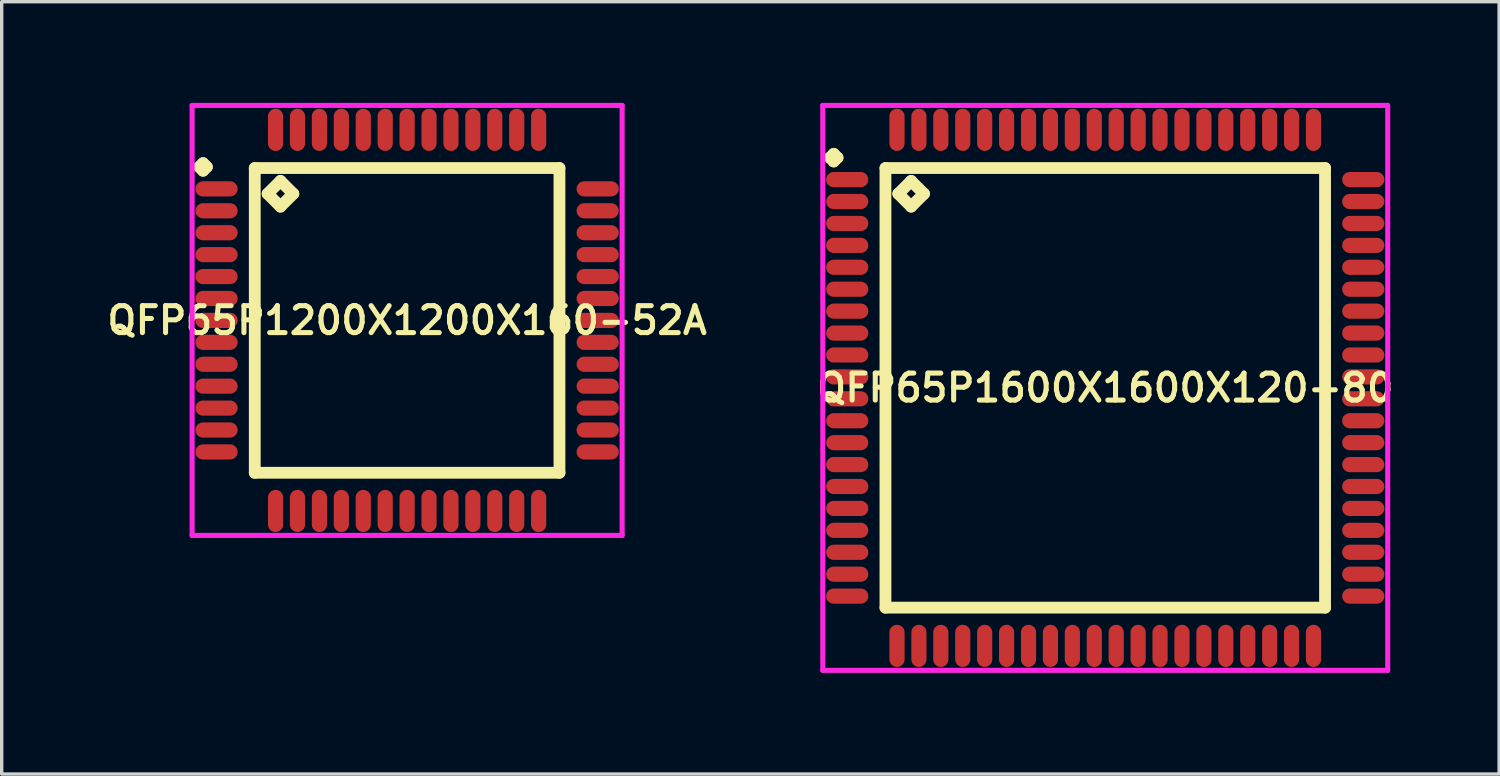
<source format=kicad_pcb>
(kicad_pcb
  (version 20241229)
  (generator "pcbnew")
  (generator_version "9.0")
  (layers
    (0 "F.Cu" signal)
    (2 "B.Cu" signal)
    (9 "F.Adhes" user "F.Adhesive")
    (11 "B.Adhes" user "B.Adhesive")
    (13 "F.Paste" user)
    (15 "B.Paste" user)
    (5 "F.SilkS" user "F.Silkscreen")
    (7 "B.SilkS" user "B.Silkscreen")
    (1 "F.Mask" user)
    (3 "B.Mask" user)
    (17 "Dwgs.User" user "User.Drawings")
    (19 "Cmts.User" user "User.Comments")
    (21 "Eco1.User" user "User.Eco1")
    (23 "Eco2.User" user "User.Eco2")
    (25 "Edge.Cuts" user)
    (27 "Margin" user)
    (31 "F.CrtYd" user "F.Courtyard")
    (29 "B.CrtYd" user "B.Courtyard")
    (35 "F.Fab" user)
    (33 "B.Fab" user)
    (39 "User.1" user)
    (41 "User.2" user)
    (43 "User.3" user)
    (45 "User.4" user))
  (footprint "QFP65P1200X1200X160-52A"
    (layer "F.Cu")
    (at 9.021 6.45)
    (property "Reference" "QFP65P1200X1200X160-52A" (at 0 0 0) (layer "F.SilkS") (effects (font (size 0.8 0.8) (thickness 0.15))))
    (attr smd)
    (fp_line (start -6.162 -4.55) (end -6.05 -4.662) (stroke (width 0.35) (type solid)) (layer "F.SilkS"))
    (fp_line (start -6.05 -4.662) (end -5.938 -4.55) (stroke (width 0.35) (type solid)) (layer "F.SilkS"))
    (fp_line (start -6.05 -4.438) (end -6.162 -4.55) (stroke (width 0.35) (type solid)) (layer "F.SilkS"))
    (fp_line (start -5.938 -4.55) (end -6.05 -4.438) (stroke (width 0.35) (type solid)) (layer "F.SilkS"))
    (fp_line (start -4.517 -4.517) (end -4.517 4.517) (stroke (width 0.35) (type solid)) (layer "F.SilkS"))
    (fp_line (start -4.517 4.517) (end 4.517 4.517) (stroke (width 0.35) (type solid)) (layer "F.SilkS"))
    (fp_line (start -4.136 -3.755) (end -3.755 -4.136) (stroke (width 0.35) (type solid)) (layer "F.SilkS"))
    (fp_line (start -3.755 -4.136) (end -3.374 -3.755) (stroke (width 0.35) (type solid)) (layer "F.SilkS"))
    (fp_line (start -3.755 -3.374) (end -4.136 -3.755) (stroke (width 0.35) (type solid)) (layer "F.SilkS"))
    (fp_line (start -3.374 -3.755) (end -3.755 -3.374) (stroke (width 0.35) (type solid)) (layer "F.SilkS"))
    (fp_line (start 4.517 -4.517) (end -4.517 -4.517) (stroke (width 0.35) (type solid)) (layer "F.SilkS"))
    (fp_line (start 4.517 4.517) (end 4.517 -4.517) (stroke (width 0.35) (type solid)) (layer "F.SilkS"))
    (fp_line (start -6.375 -6.375) (end 6.375 -6.375) (stroke (width 0.15) (type solid)) (layer "F.CrtYd"))
    (fp_line (start -6.375 6.375) (end -6.375 -6.375) (stroke (width 0.15) (type solid)) (layer "F.CrtYd"))
    (fp_line (start 6.375 -6.375) (end 6.375 6.375) (stroke (width 0.15) (type solid)) (layer "F.CrtYd"))
    (fp_line (start 6.375 6.375) (end -6.375 6.375) (stroke (width 0.15) (type solid)) (layer "F.CrtYd"))
    (pad "1" smd oval (at -5.65 -3.9) (size 1.25 0.45) (layers "F.Cu" "F.Mask" "F.Paste"))
    (pad "2" smd oval (at -5.65 -3.25) (size 1.25 0.45) (layers "F.Cu" "F.Mask" "F.Paste"))
    (pad "3" smd oval (at -5.65 -2.6) (size 1.25 0.45) (layers "F.Cu" "F.Mask" "F.Paste"))
    (pad "4" smd oval (at -5.65 -1.95) (size 1.25 0.45) (layers "F.Cu" "F.Mask" "F.Paste"))
    (pad "5" smd oval (at -5.65 -1.3) (size 1.25 0.45) (layers "F.Cu" "F.Mask" "F.Paste"))
    (pad "6" smd oval (at -5.65 -0.65) (size 1.25 0.45) (layers "F.Cu" "F.Mask" "F.Paste"))
    (pad "7" smd oval (at -5.65 0) (size 1.25 0.45) (layers "F.Cu" "F.Mask" "F.Paste"))
    (pad "8" smd oval (at -5.65 0.65) (size 1.25 0.45) (layers "F.Cu" "F.Mask" "F.Paste"))
    (pad "9" smd oval (at -5.65 1.3) (size 1.25 0.45) (layers "F.Cu" "F.Mask" "F.Paste"))
    (pad "10" smd oval (at -5.65 1.95) (size 1.25 0.45) (layers "F.Cu" "F.Mask" "F.Paste"))
    (pad "11" smd oval (at -5.65 2.6) (size 1.25 0.45) (layers "F.Cu" "F.Mask" "F.Paste"))
    (pad "12" smd oval (at -5.65 3.25) (size 1.25 0.45) (layers "F.Cu" "F.Mask" "F.Paste"))
    (pad "13" smd oval (at -5.65 3.9) (size 1.25 0.45) (layers "F.Cu" "F.Mask" "F.Paste"))
    (pad "14" smd oval (at -3.9 5.65) (size 0.45 1.25) (layers "F.Cu" "F.Mask" "F.Paste"))
    (pad "15" smd oval (at -3.25 5.65) (size 0.45 1.25) (layers "F.Cu" "F.Mask" "F.Paste"))
    (pad "16" smd oval (at -2.6 5.65) (size 0.45 1.25) (layers "F.Cu" "F.Mask" "F.Paste"))
    (pad "17" smd oval (at -1.95 5.65) (size 0.45 1.25) (layers "F.Cu" "F.Mask" "F.Paste"))
    (pad "18" smd oval (at -1.3 5.65) (size 0.45 1.25) (layers "F.Cu" "F.Mask" "F.Paste"))
    (pad "19" smd oval (at -0.65 5.65) (size 0.45 1.25) (layers "F.Cu" "F.Mask" "F.Paste"))
    (pad "20" smd oval (at 0 5.65) (size 0.45 1.25) (layers "F.Cu" "F.Mask" "F.Paste"))
    (pad "21" smd oval (at 0.65 5.65) (size 0.45 1.25) (layers "F.Cu" "F.Mask" "F.Paste"))
    (pad "22" smd oval (at 1.3 5.65) (size 0.45 1.25) (layers "F.Cu" "F.Mask" "F.Paste"))
    (pad "23" smd oval (at 1.95 5.65) (size 0.45 1.25) (layers "F.Cu" "F.Mask" "F.Paste"))
    (pad "24" smd oval (at 2.6 5.65) (size 0.45 1.25) (layers "F.Cu" "F.Mask" "F.Paste"))
    (pad "25" smd oval (at 3.25 5.65) (size 0.45 1.25) (layers "F.Cu" "F.Mask" "F.Paste"))
    (pad "26" smd oval (at 3.9 5.65) (size 0.45 1.25) (layers "F.Cu" "F.Mask" "F.Paste"))
    (pad "27" smd oval (at 5.65 3.9) (size 1.25 0.45) (layers "F.Cu" "F.Mask" "F.Paste"))
    (pad "28" smd oval (at 5.65 3.25) (size 1.25 0.45) (layers "F.Cu" "F.Mask" "F.Paste"))
    (pad "29" smd oval (at 5.65 2.6) (size 1.25 0.45) (layers "F.Cu" "F.Mask" "F.Paste"))
    (pad "30" smd oval (at 5.65 1.95) (size 1.25 0.45) (layers "F.Cu" "F.Mask" "F.Paste"))
    (pad "31" smd oval (at 5.65 1.3) (size 1.25 0.45) (layers "F.Cu" "F.Mask" "F.Paste"))
    (pad "32" smd oval (at 5.65 0.65) (size 1.25 0.45) (layers "F.Cu" "F.Mask" "F.Paste"))
    (pad "33" smd oval (at 5.65 0) (size 1.25 0.45) (layers "F.Cu" "F.Mask" "F.Paste"))
    (pad "34" smd oval (at 5.65 -0.65) (size 1.25 0.45) (layers "F.Cu" "F.Mask" "F.Paste"))
    (pad "35" smd oval (at 5.65 -1.3) (size 1.25 0.45) (layers "F.Cu" "F.Mask" "F.Paste"))
    (pad "36" smd oval (at 5.65 -1.95) (size 1.25 0.45) (layers "F.Cu" "F.Mask" "F.Paste"))
    (pad "37" smd oval (at 5.65 -2.6) (size 1.25 0.45) (layers "F.Cu" "F.Mask" "F.Paste"))
    (pad "38" smd oval (at 5.65 -3.25) (size 1.25 0.45) (layers "F.Cu" "F.Mask" "F.Paste"))
    (pad "39" smd oval (at 5.65 -3.9) (size 1.25 0.45) (layers "F.Cu" "F.Mask" "F.Paste"))
    (pad "40" smd oval (at 3.9 -5.65) (size 0.45 1.25) (layers "F.Cu" "F.Mask" "F.Paste"))
    (pad "41" smd oval (at 3.25 -5.65) (size 0.45 1.25) (layers "F.Cu" "F.Mask" "F.Paste"))
    (pad "42" smd oval (at 2.6 -5.65) (size 0.45 1.25) (layers "F.Cu" "F.Mask" "F.Paste"))
    (pad "43" smd oval (at 1.95 -5.65) (size 0.45 1.25) (layers "F.Cu" "F.Mask" "F.Paste"))
    (pad "44" smd oval (at 1.3 -5.65) (size 0.45 1.25) (layers "F.Cu" "F.Mask" "F.Paste"))
    (pad "45" smd oval (at 0.65 -5.65) (size 0.45 1.25) (layers "F.Cu" "F.Mask" "F.Paste"))
    (pad "46" smd oval (at 0 -5.65) (size 0.45 1.25) (layers "F.Cu" "F.Mask" "F.Paste"))
    (pad "47" smd oval (at -0.65 -5.65) (size 0.45 1.25) (layers "F.Cu" "F.Mask" "F.Paste"))
    (pad "48" smd oval (at -1.3 -5.65) (size 0.45 1.25) (layers "F.Cu" "F.Mask" "F.Paste"))
    (pad "49" smd oval (at -1.95 -5.65) (size 0.45 1.25) (layers "F.Cu" "F.Mask" "F.Paste"))
    (pad "50" smd oval (at -2.6 -5.65) (size 0.45 1.25) (layers "F.Cu" "F.Mask" "F.Paste"))
    (pad "51" smd oval (at -3.25 -5.65) (size 0.45 1.25) (layers "F.Cu" "F.Mask" "F.Paste"))
    (pad "52" smd oval (at -3.9 -5.65) (size 0.45 1.25) (layers "F.Cu" "F.Mask" "F.Paste")))
  (footprint "QFP65P1600X1600X120-80"
    (layer "F.Cu")
    (at 29.721 8.45)
    (property "Reference" "QFP65P1600X1600X120-80" (at 0 0 0) (layer "F.SilkS") (effects (font (size 0.8 0.8) (thickness 0.15))))
    (attr smd)
    (fp_line (start -8.162 -6.825) (end -8.05 -6.938) (stroke (width 0.35) (type solid)) (layer "F.SilkS"))
    (fp_line (start -8.05 -6.938) (end -7.938 -6.825) (stroke (width 0.35) (type solid)) (layer "F.SilkS"))
    (fp_line (start -8.05 -6.713) (end -8.162 -6.825) (stroke (width 0.35) (type solid)) (layer "F.SilkS"))
    (fp_line (start -7.938 -6.825) (end -8.05 -6.713) (stroke (width 0.35) (type solid)) (layer "F.SilkS"))
    (fp_line (start -6.517 -6.517) (end -6.517 6.517) (stroke (width 0.35) (type solid)) (layer "F.SilkS"))
    (fp_line (start -6.517 6.517) (end 6.517 6.517) (stroke (width 0.35) (type solid)) (layer "F.SilkS"))
    (fp_line (start -6.136 -5.755) (end -5.755 -6.136) (stroke (width 0.35) (type solid)) (layer "F.SilkS"))
    (fp_line (start -5.755 -6.136) (end -5.374 -5.755) (stroke (width 0.35) (type solid)) (layer "F.SilkS"))
    (fp_line (start -5.755 -5.374) (end -6.136 -5.755) (stroke (width 0.35) (type solid)) (layer "F.SilkS"))
    (fp_line (start -5.374 -5.755) (end -5.755 -5.374) (stroke (width 0.35) (type solid)) (layer "F.SilkS"))
    (fp_line (start 6.517 -6.517) (end -6.517 -6.517) (stroke (width 0.35) (type solid)) (layer "F.SilkS"))
    (fp_line (start 6.517 6.517) (end 6.517 -6.517) (stroke (width 0.35) (type solid)) (layer "F.SilkS"))
    (fp_line (start -8.375 -8.375) (end 8.375 -8.375) (stroke (width 0.15) (type solid)) (layer "F.CrtYd"))
    (fp_line (start -8.375 8.375) (end -8.375 -8.375) (stroke (width 0.15) (type solid)) (layer "F.CrtYd"))
    (fp_line (start 8.375 -8.375) (end 8.375 8.375) (stroke (width 0.15) (type solid)) (layer "F.CrtYd"))
    (fp_line (start 8.375 8.375) (end -8.375 8.375) (stroke (width 0.15) (type solid)) (layer "F.CrtYd"))
    (pad "1" smd oval (at -7.65 -6.175) (size 1.25 0.45) (layers "F.Cu" "F.Mask" "F.Paste"))
    (pad "2" smd oval (at -7.65 -5.525) (size 1.25 0.45) (layers "F.Cu" "F.Mask" "F.Paste"))
    (pad "3" smd oval (at -7.65 -4.875) (size 1.25 0.45) (layers "F.Cu" "F.Mask" "F.Paste"))
    (pad "4" smd oval (at -7.65 -4.225) (size 1.25 0.45) (layers "F.Cu" "F.Mask" "F.Paste"))
    (pad "5" smd oval (at -7.65 -3.575) (size 1.25 0.45) (layers "F.Cu" "F.Mask" "F.Paste"))
    (pad "6" smd oval (at -7.65 -2.925) (size 1.25 0.45) (layers "F.Cu" "F.Mask" "F.Paste"))
    (pad "7" smd oval (at -7.65 -2.275) (size 1.25 0.45) (layers "F.Cu" "F.Mask" "F.Paste"))
    (pad "8" smd oval (at -7.65 -1.625) (size 1.25 0.45) (layers "F.Cu" "F.Mask" "F.Paste"))
    (pad "9" smd oval (at -7.65 -0.975) (size 1.25 0.45) (layers "F.Cu" "F.Mask" "F.Paste"))
    (pad "10" smd oval (at -7.65 -0.325) (size 1.25 0.45) (layers "F.Cu" "F.Mask" "F.Paste"))
    (pad "11" smd oval (at -7.65 0.325) (size 1.25 0.45) (layers "F.Cu" "F.Mask" "F.Paste"))
    (pad "12" smd oval (at -7.65 0.975) (size 1.25 0.45) (layers "F.Cu" "F.Mask" "F.Paste"))
    (pad "13" smd oval (at -7.65 1.625) (size 1.25 0.45) (layers "F.Cu" "F.Mask" "F.Paste"))
    (pad "14" smd oval (at -7.65 2.275) (size 1.25 0.45) (layers "F.Cu" "F.Mask" "F.Paste"))
    (pad "15" smd oval (at -7.65 2.925) (size 1.25 0.45) (layers "F.Cu" "F.Mask" "F.Paste"))
    (pad "16" smd oval (at -7.65 3.575) (size 1.25 0.45) (layers "F.Cu" "F.Mask" "F.Paste"))
    (pad "17" smd oval (at -7.65 4.225) (size 1.25 0.45) (layers "F.Cu" "F.Mask" "F.Paste"))
    (pad "18" smd oval (at -7.65 4.875) (size 1.25 0.45) (layers "F.Cu" "F.Mask" "F.Paste"))
    (pad "19" smd oval (at -7.65 5.525) (size 1.25 0.45) (layers "F.Cu" "F.Mask" "F.Paste"))
    (pad "20" smd oval (at -7.65 6.175) (size 1.25 0.45) (layers "F.Cu" "F.Mask" "F.Paste"))
    (pad "21" smd oval (at -6.175 7.65) (size 0.45 1.25) (layers "F.Cu" "F.Mask" "F.Paste"))
    (pad "22" smd oval (at -5.525 7.65) (size 0.45 1.25) (layers "F.Cu" "F.Mask" "F.Paste"))
    (pad "23" smd oval (at -4.875 7.65) (size 0.45 1.25) (layers "F.Cu" "F.Mask" "F.Paste"))
    (pad "24" smd oval (at -4.225 7.65) (size 0.45 1.25) (layers "F.Cu" "F.Mask" "F.Paste"))
    (pad "25" smd oval (at -3.575 7.65) (size 0.45 1.25) (layers "F.Cu" "F.Mask" "F.Paste"))
    (pad "26" smd oval (at -2.925 7.65) (size 0.45 1.25) (layers "F.Cu" "F.Mask" "F.Paste"))
    (pad "27" smd oval (at -2.275 7.65) (size 0.45 1.25) (layers "F.Cu" "F.Mask" "F.Paste"))
    (pad "28" smd oval (at -1.625 7.65) (size 0.45 1.25) (layers "F.Cu" "F.Mask" "F.Paste"))
    (pad "29" smd oval (at -0.975 7.65) (size 0.45 1.25) (layers "F.Cu" "F.Mask" "F.Paste"))
    (pad "30" smd oval (at -0.325 7.65) (size 0.45 1.25) (layers "F.Cu" "F.Mask" "F.Paste"))
    (pad "31" smd oval (at 0.325 7.65) (size 0.45 1.25) (layers "F.Cu" "F.Mask" "F.Paste"))
    (pad "32" smd oval (at 0.975 7.65) (size 0.45 1.25) (layers "F.Cu" "F.Mask" "F.Paste"))
    (pad "33" smd oval (at 1.625 7.65) (size 0.45 1.25) (layers "F.Cu" "F.Mask" "F.Paste"))
    (pad "34" smd oval (at 2.275 7.65) (size 0.45 1.25) (layers "F.Cu" "F.Mask" "F.Paste"))
    (pad "35" smd oval (at 2.925 7.65) (size 0.45 1.25) (layers "F.Cu" "F.Mask" "F.Paste"))
    (pad "36" smd oval (at 3.575 7.65) (size 0.45 1.25) (layers "F.Cu" "F.Mask" "F.Paste"))
    (pad "37" smd oval (at 4.225 7.65) (size 0.45 1.25) (layers "F.Cu" "F.Mask" "F.Paste"))
    (pad "38" smd oval (at 4.875 7.65) (size 0.45 1.25) (layers "F.Cu" "F.Mask" "F.Paste"))
    (pad "39" smd oval (at 5.525 7.65) (size 0.45 1.25) (layers "F.Cu" "F.Mask" "F.Paste"))
    (pad "40" smd oval (at 6.175 7.65) (size 0.45 1.25) (layers "F.Cu" "F.Mask" "F.Paste"))
    (pad "41" smd oval (at 7.65 6.175) (size 1.25 0.45) (layers "F.Cu" "F.Mask" "F.Paste"))
    (pad "42" smd oval (at 7.65 5.525) (size 1.25 0.45) (layers "F.Cu" "F.Mask" "F.Paste"))
    (pad "43" smd oval (at 7.65 4.875) (size 1.25 0.45) (layers "F.Cu" "F.Mask" "F.Paste"))
    (pad "44" smd oval (at 7.65 4.225) (size 1.25 0.45) (layers "F.Cu" "F.Mask" "F.Paste"))
    (pad "45" smd oval (at 7.65 3.575) (size 1.25 0.45) (layers "F.Cu" "F.Mask" "F.Paste"))
    (pad "46" smd oval (at 7.65 2.925) (size 1.25 0.45) (layers "F.Cu" "F.Mask" "F.Paste"))
    (pad "47" smd oval (at 7.65 2.275) (size 1.25 0.45) (layers "F.Cu" "F.Mask" "F.Paste"))
    (pad "48" smd oval (at 7.65 1.625) (size 1.25 0.45) (layers "F.Cu" "F.Mask" "F.Paste"))
    (pad "49" smd oval (at 7.65 0.975) (size 1.25 0.45) (layers "F.Cu" "F.Mask" "F.Paste"))
    (pad "50" smd oval (at 7.65 0.325) (size 1.25 0.45) (layers "F.Cu" "F.Mask" "F.Paste"))
    (pad "51" smd oval (at 7.65 -0.325) (size 1.25 0.45) (layers "F.Cu" "F.Mask" "F.Paste"))
    (pad "52" smd oval (at 7.65 -0.975) (size 1.25 0.45) (layers "F.Cu" "F.Mask" "F.Paste"))
    (pad "53" smd oval (at 7.65 -1.625) (size 1.25 0.45) (layers "F.Cu" "F.Mask" "F.Paste"))
    (pad "54" smd oval (at 7.65 -2.275) (size 1.25 0.45) (layers "F.Cu" "F.Mask" "F.Paste"))
    (pad "55" smd oval (at 7.65 -2.925) (size 1.25 0.45) (layers "F.Cu" "F.Mask" "F.Paste"))
    (pad "56" smd oval (at 7.65 -3.575) (size 1.25 0.45) (layers "F.Cu" "F.Mask" "F.Paste"))
    (pad "57" smd oval (at 7.65 -4.225) (size 1.25 0.45) (layers "F.Cu" "F.Mask" "F.Paste"))
    (pad "58" smd oval (at 7.65 -4.875) (size 1.25 0.45) (layers "F.Cu" "F.Mask" "F.Paste"))
    (pad "59" smd oval (at 7.65 -5.525) (size 1.25 0.45) (layers "F.Cu" "F.Mask" "F.Paste"))
    (pad "60" smd oval (at 7.65 -6.175) (size 1.25 0.45) (layers "F.Cu" "F.Mask" "F.Paste"))
    (pad "61" smd oval (at 6.175 -7.65) (size 0.45 1.25) (layers "F.Cu" "F.Mask" "F.Paste"))
    (pad "62" smd oval (at 5.525 -7.65) (size 0.45 1.25) (layers "F.Cu" "F.Mask" "F.Paste"))
    (pad "63" smd oval (at 4.875 -7.65) (size 0.45 1.25) (layers "F.Cu" "F.Mask" "F.Paste"))
    (pad "64" smd oval (at 4.225 -7.65) (size 0.45 1.25) (layers "F.Cu" "F.Mask" "F.Paste"))
    (pad "65" smd oval (at 3.575 -7.65) (size 0.45 1.25) (layers "F.Cu" "F.Mask" "F.Paste"))
    (pad "66" smd oval (at 2.925 -7.65) (size 0.45 1.25) (layers "F.Cu" "F.Mask" "F.Paste"))
    (pad "67" smd oval (at 2.275 -7.65) (size 0.45 1.25) (layers "F.Cu" "F.Mask" "F.Paste"))
    (pad "68" smd oval (at 1.625 -7.65) (size 0.45 1.25) (layers "F.Cu" "F.Mask" "F.Paste"))
    (pad "69" smd oval (at 0.975 -7.65) (size 0.45 1.25) (layers "F.Cu" "F.Mask" "F.Paste"))
    (pad "70" smd oval (at 0.325 -7.65) (size 0.45 1.25) (layers "F.Cu" "F.Mask" "F.Paste"))
    (pad "71" smd oval (at -0.325 -7.65) (size 0.45 1.25) (layers "F.Cu" "F.Mask" "F.Paste"))
    (pad "72" smd oval (at -0.975 -7.65) (size 0.45 1.25) (layers "F.Cu" "F.Mask" "F.Paste"))
    (pad "73" smd oval (at -1.625 -7.65) (size 0.45 1.25) (layers "F.Cu" "F.Mask" "F.Paste"))
    (pad "74" smd oval (at -2.275 -7.65) (size 0.45 1.25) (layers "F.Cu" "F.Mask" "F.Paste"))
    (pad "75" smd oval (at -2.925 -7.65) (size 0.45 1.25) (layers "F.Cu" "F.Mask" "F.Paste"))
    (pad "76" smd oval (at -3.575 -7.65) (size 0.45 1.25) (layers "F.Cu" "F.Mask" "F.Paste"))
    (pad "77" smd oval (at -4.225 -7.65) (size 0.45 1.25) (layers "F.Cu" "F.Mask" "F.Paste"))
    (pad "78" smd oval (at -4.875 -7.65) (size 0.45 1.25) (layers "F.Cu" "F.Mask" "F.Paste"))
    (pad "79" smd oval (at -5.525 -7.65) (size 0.45 1.25) (layers "F.Cu" "F.Mask" "F.Paste"))
    (pad "80" smd oval (at -6.175 -7.65) (size 0.45 1.25) (layers "F.Cu" "F.Mask" "F.Paste")))
  (gr_rect
    (start -3 -3)
    (end 41.399 19.9)
    (stroke (width 0.1) (type default))
    (fill no)
    (layer "Edge.Cuts")))
</source>
